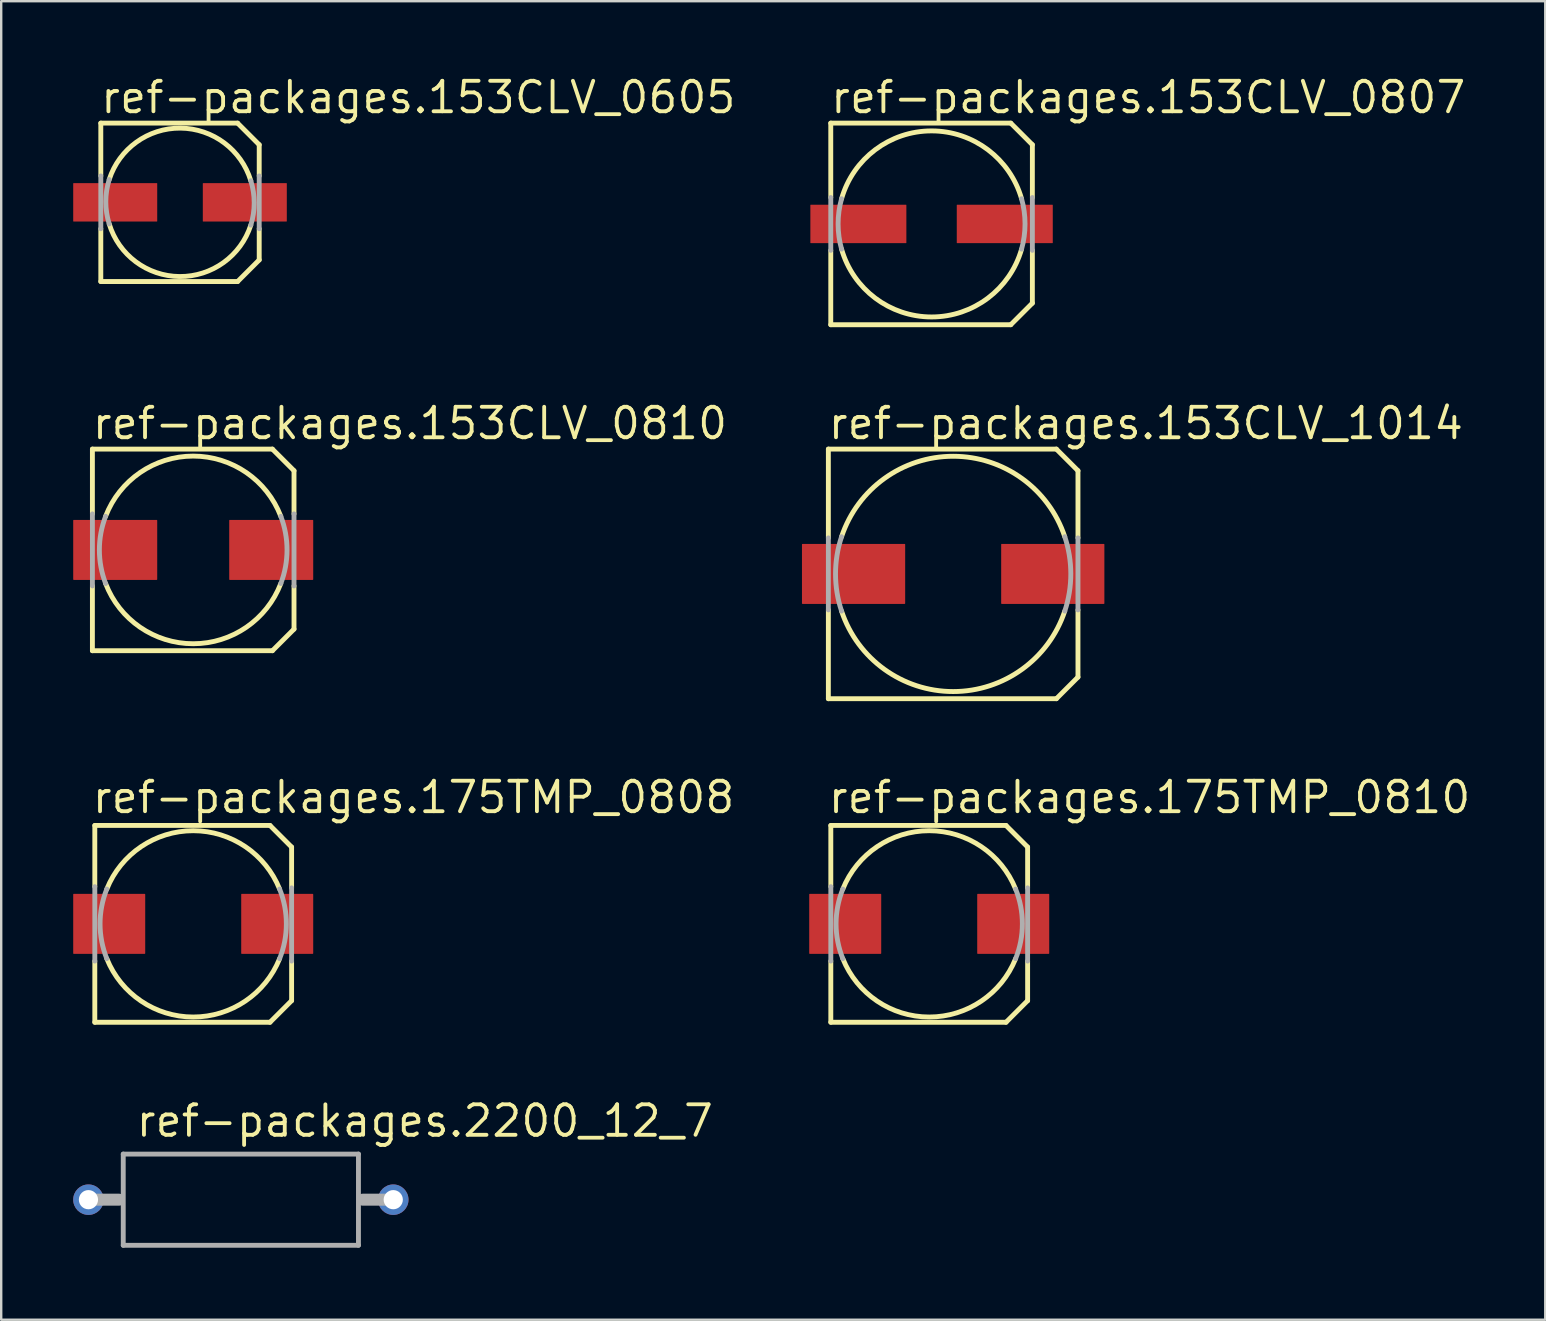
<source format=kicad_pcb>
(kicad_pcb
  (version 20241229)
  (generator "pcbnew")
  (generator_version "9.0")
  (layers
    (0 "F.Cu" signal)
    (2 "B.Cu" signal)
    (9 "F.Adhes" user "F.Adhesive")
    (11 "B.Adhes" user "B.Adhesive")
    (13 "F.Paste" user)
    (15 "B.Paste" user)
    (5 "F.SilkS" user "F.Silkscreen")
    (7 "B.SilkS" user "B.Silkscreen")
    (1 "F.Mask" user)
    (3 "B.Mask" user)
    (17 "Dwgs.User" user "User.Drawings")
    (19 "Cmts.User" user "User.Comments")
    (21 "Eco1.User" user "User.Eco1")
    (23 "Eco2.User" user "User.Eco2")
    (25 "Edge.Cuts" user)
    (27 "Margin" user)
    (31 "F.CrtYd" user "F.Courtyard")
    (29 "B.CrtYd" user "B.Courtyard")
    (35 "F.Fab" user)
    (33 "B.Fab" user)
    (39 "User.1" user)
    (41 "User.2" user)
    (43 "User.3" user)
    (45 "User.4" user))
  (footprint "ref-packages.153CLV_0605"
    (layer "F.Cu")
    (at 4.45 5.38)
    (property "Reference" "ref-packages.153CLV_0605" (at -3.39 -3.63 0) (layer "F.SilkS") (effects (font (size 1.27 1.27) (thickness 0.16)) (justify left bottom)))
    (attr smd)
    (fp_line (start -3.3 -3.3) (end 2.4 -3.3) (stroke (width 0.203) (type default)) (layer "F.SilkS"))
    (fp_line (start -3.3 -1.1) (end -3.3 -3.3) (stroke (width 0.203) (type default)) (layer "F.SilkS"))
    (fp_line (start -3.3 3.3) (end -3.3 1.1) (stroke (width 0.203) (type default)) (layer "F.SilkS"))
    (fp_line (start 2.4 -3.3) (end 3.3 -2.4) (stroke (width 0.203) (type default)) (layer "F.SilkS"))
    (fp_line (start 2.4 3.3) (end -3.3 3.3) (stroke (width 0.203) (type default)) (layer "F.SilkS"))
    (fp_line (start 3.3 -2.4) (end 3.3 -1.1) (stroke (width 0.203) (type default)) (layer "F.SilkS"))
    (fp_line (start 3.3 1.1) (end 3.3 2.4) (stroke (width 0.203) (type default)) (layer "F.SilkS"))
    (fp_line (start 3.3 2.4) (end 2.4 3.3) (stroke (width 0.203) (type default)) (layer "F.SilkS"))
    (fp_arc (start -2.95 -0.95) (mid 0.018361 -3.091622) (end 2.95 -0.9) (stroke (width 0.2032) (type default)) (layer "F.SilkS"))
    (fp_arc (start 2.95 0.95) (mid -0.018361 3.091622) (end -2.95 0.9) (stroke (width 0.2032) (type default)) (layer "F.SilkS"))
    (fp_line (start -3.3 1.1) (end -3.3 -1.1) (stroke (width 0.203) (type default)) (layer "F.Fab"))
    (fp_line (start 3.3 -1.1) (end 3.3 1.1) (stroke (width 0.203) (type default)) (layer "F.Fab"))
    (fp_arc (start -2.95 0.9) (mid -3.091622 -0.025) (end -2.95 -0.95) (stroke (width 0.2032) (type default)) (layer "F.Fab"))
    (fp_arc (start 2.95 -0.9) (mid 3.091622 0.025) (end 2.95 0.95) (stroke (width 0.2032) (type default)) (layer "F.Fab"))
    (pad "+" smd roundrect (at 2.7 0) (size 3.5 1.6) (layers "F.Cu" "F.Mask" "F.Paste") (roundrect_rratio 0.01))
    (pad "-" smd roundrect (at -2.7 0) (size 3.5 1.6) (layers "F.Cu" "F.Mask" "F.Paste") (roundrect_rratio 0.01)))
  (footprint "ref-packages.175TMP_0810"
    (layer "F.Cu")
    (at 35.666 35.443)
    (property "Reference" "ref-packages.175TMP_0810" (at -4.29 -4.53 0) (layer "F.SilkS") (effects (font (size 1.27 1.27) (thickness 0.16)) (justify left bottom)))
    (attr smd)
    (fp_line (start -4.1 -4.1) (end 3.2 -4.1) (stroke (width 0.203) (type default)) (layer "F.SilkS"))
    (fp_line (start -4.1 -1.55) (end -4.1 -4.1) (stroke (width 0.203) (type default)) (layer "F.SilkS"))
    (fp_line (start -4.1 4.1) (end -4.1 1.55) (stroke (width 0.203) (type default)) (layer "F.SilkS"))
    (fp_line (start 3.2 -4.1) (end 4.1 -3.2) (stroke (width 0.203) (type default)) (layer "F.SilkS"))
    (fp_line (start 3.2 4.1) (end -4.1 4.1) (stroke (width 0.203) (type default)) (layer "F.SilkS"))
    (fp_line (start 4.1 -3.2) (end 4.1 -1.5) (stroke (width 0.203) (type default)) (layer "F.SilkS"))
    (fp_line (start 4.1 1.55) (end 4.1 3.2) (stroke (width 0.203) (type default)) (layer "F.SilkS"))
    (fp_line (start 4.1 3.2) (end 3.2 4.1) (stroke (width 0.203) (type default)) (layer "F.SilkS"))
    (fp_arc (start -3.6 -1.45) (mid 0 -3.881044) (end 3.6 -1.45) (stroke (width 0.2032) (type default)) (layer "F.SilkS"))
    (fp_arc (start 3.6 1.45) (mid 0 3.881044) (end -3.6 1.45) (stroke (width 0.2032) (type default)) (layer "F.SilkS"))
    (fp_line (start -4.1 1.55) (end -4.1 -1.55) (stroke (width 0.203) (type default)) (layer "F.Fab"))
    (fp_line (start 4.1 -1.5) (end 4.1 1.55) (stroke (width 0.203) (type default)) (layer "F.Fab"))
    (fp_arc (start -3.6 1.45) (mid -3.881044 0) (end -3.6 -1.45) (stroke (width 0.2032) (type default)) (layer "F.Fab"))
    (fp_arc (start 3.6 -1.45) (mid 3.881044 0) (end 3.6 1.45) (stroke (width 0.2032) (type default)) (layer "F.Fab"))
    (pad "+" smd roundrect (at 3.5 0) (size 3 2.5) (layers "F.Cu" "F.Mask" "F.Paste") (roundrect_rratio 0.01))
    (pad "-" smd roundrect (at -3.5 0) (size 3 2.5) (layers "F.Cu" "F.Mask" "F.Paste") (roundrect_rratio 0.01)))
  (footprint "ref-packages.175TMP_0808"
    (layer "F.Cu")
    (at 5 35.443)
    (property "Reference" "ref-packages.175TMP_0808" (at -4.29 -4.53 0) (layer "F.SilkS") (effects (font (size 1.27 1.27) (thickness 0.16)) (justify left bottom)))
    (attr smd)
    (fp_line (start -4.1 -4.1) (end 3.2 -4.1) (stroke (width 0.203) (type default)) (layer "F.SilkS"))
    (fp_line (start -4.1 -1.55) (end -4.1 -4.1) (stroke (width 0.203) (type default)) (layer "F.SilkS"))
    (fp_line (start -4.1 4.1) (end -4.1 1.55) (stroke (width 0.203) (type default)) (layer "F.SilkS"))
    (fp_line (start 3.2 -4.1) (end 4.1 -3.2) (stroke (width 0.203) (type default)) (layer "F.SilkS"))
    (fp_line (start 3.2 4.1) (end -4.1 4.1) (stroke (width 0.203) (type default)) (layer "F.SilkS"))
    (fp_line (start 4.1 -3.2) (end 4.1 -1.5) (stroke (width 0.203) (type default)) (layer "F.SilkS"))
    (fp_line (start 4.1 1.55) (end 4.1 3.2) (stroke (width 0.203) (type default)) (layer "F.SilkS"))
    (fp_line (start 4.1 3.2) (end 3.2 4.1) (stroke (width 0.203) (type default)) (layer "F.SilkS"))
    (fp_arc (start -3.6 -1.45) (mid 0 -3.881044) (end 3.6 -1.45) (stroke (width 0.2032) (type default)) (layer "F.SilkS"))
    (fp_arc (start 3.6 1.45) (mid 0 3.881044) (end -3.6 1.45) (stroke (width 0.2032) (type default)) (layer "F.SilkS"))
    (fp_line (start -4.1 1.55) (end -4.1 -1.55) (stroke (width 0.203) (type default)) (layer "F.Fab"))
    (fp_line (start 4.1 -1.5) (end 4.1 1.55) (stroke (width 0.203) (type default)) (layer "F.Fab"))
    (fp_arc (start -3.6 1.45) (mid -3.881044 0) (end -3.6 -1.45) (stroke (width 0.2032) (type default)) (layer "F.Fab"))
    (fp_arc (start 3.6 -1.45) (mid 3.881044 0) (end 3.6 1.45) (stroke (width 0.2032) (type default)) (layer "F.Fab"))
    (pad "+" smd roundrect (at 3.5 0) (size 3 2.5) (layers "F.Cu" "F.Mask" "F.Paste") (roundrect_rratio 0.01))
    (pad "-" smd roundrect (at -3.5 0) (size 3 2.5) (layers "F.Cu" "F.Mask" "F.Paste") (roundrect_rratio 0.01)))
  (footprint "ref-packages.153CLV_1014"
    (layer "F.Cu")
    (at 36.664 20.862)
    (property "Reference" "ref-packages.153CLV_1014" (at -5.29 -5.53 0) (layer "F.SilkS") (effects (font (size 1.27 1.27) (thickness 0.16)) (justify left bottom)))
    (attr smd)
    (fp_line (start -5.2 -5.2) (end 4.3 -5.2) (stroke (width 0.203) (type default)) (layer "F.SilkS"))
    (fp_line (start -5.2 -1.5) (end -5.2 -5.2) (stroke (width 0.203) (type default)) (layer "F.SilkS"))
    (fp_line (start -5.2 5.2) (end -5.2 1.5) (stroke (width 0.203) (type default)) (layer "F.SilkS"))
    (fp_line (start 4.3 -5.2) (end 5.2 -4.3) (stroke (width 0.203) (type default)) (layer "F.SilkS"))
    (fp_line (start 4.3 5.2) (end -5.2 5.2) (stroke (width 0.203) (type default)) (layer "F.SilkS"))
    (fp_line (start 5.2 -4.3) (end 5.2 -1.5) (stroke (width 0.203) (type default)) (layer "F.SilkS"))
    (fp_line (start 5.2 1.5) (end 5.2 4.3) (stroke (width 0.203) (type default)) (layer "F.SilkS"))
    (fp_line (start 5.2 4.3) (end 4.3 5.2) (stroke (width 0.203) (type default)) (layer "F.SilkS"))
    (fp_arc (start -4.65 -1.55) (mid 0 -4.90153) (end 4.65 -1.55) (stroke (width 0.2032) (type default)) (layer "F.SilkS"))
    (fp_arc (start 4.65 1.55) (mid 0 4.90153) (end -4.65 1.55) (stroke (width 0.2032) (type default)) (layer "F.SilkS"))
    (fp_line (start -5.2 1.5) (end -5.2 -1.5) (stroke (width 0.203) (type default)) (layer "F.Fab"))
    (fp_line (start 5.2 -1.5) (end 5.2 1.5) (stroke (width 0.203) (type default)) (layer "F.Fab"))
    (fp_arc (start -4.65 1.55) (mid -4.90153 0) (end -4.65 -1.55) (stroke (width 0.2032) (type default)) (layer "F.Fab"))
    (fp_arc (start 4.65 -1.55) (mid 4.90153 0) (end 4.65 1.55) (stroke (width 0.2032) (type default)) (layer "F.Fab"))
    (pad "+" smd roundrect (at 4.15 0) (size 4.3 2.5) (layers "F.Cu" "F.Mask" "F.Paste") (roundrect_rratio 0.01))
    (pad "-" smd roundrect (at -4.15 0) (size 4.3 2.5) (layers "F.Cu" "F.Mask" "F.Paste") (roundrect_rratio 0.01)))
  (footprint "ref-packages.2200_12_7"
    (layer "F.Cu")
    (at 6.985 46.935)
    (property "Reference" "ref-packages.2200_12_7" (at -4.445 -2.54 0) (layer "F.SilkS") (effects (font (size 1.27 1.27) (thickness 0.16)) (justify left bottom)))
    (attr through_hole)
    (fp_line (start -6.35 0) (end -5.08 0) (stroke (width 0.5) (type default)) (layer "F.Fab"))
    (fp_line (start -4.9 -1.9) (end 4.9 -1.9) (stroke (width 0.203) (type default)) (layer "F.Fab"))
    (fp_line (start -4.9 1.9) (end -4.9 -1.9) (stroke (width 0.203) (type default)) (layer "F.Fab"))
    (fp_line (start 4.9 -1.9) (end 4.9 1.9) (stroke (width 0.203) (type default)) (layer "F.Fab"))
    (fp_line (start 4.9 1.9) (end -4.9 1.9) (stroke (width 0.203) (type default)) (layer "F.Fab"))
    (fp_line (start 6.35 0) (end 5.08 0) (stroke (width 0.5) (type default)) (layer "F.Fab"))
    (pad "1" thru_hole circle (at -6.35 0) (size 1.27 1.27) (drill 0.8) (layers "*.Cu" "*.Mask"))
    (pad "2" thru_hole circle (at 6.35 0) (size 1.27 1.27) (drill 0.8) (layers "*.Cu" "*.Mask")))
  (footprint "ref-packages.153CLV_0810"
    (layer "F.Cu")
    (at 5 19.862)
    (property "Reference" "ref-packages.153CLV_0810" (at -4.29 -4.53 0) (layer "F.SilkS") (effects (font (size 1.27 1.27) (thickness 0.16)) (justify left bottom)))
    (attr smd)
    (fp_line (start -4.2 -4.2) (end 3.3 -4.2) (stroke (width 0.203) (type default)) (layer "F.SilkS"))
    (fp_line (start -4.2 -1.5) (end -4.2 -4.2) (stroke (width 0.203) (type default)) (layer "F.SilkS"))
    (fp_line (start -4.2 4.2) (end -4.2 1.5) (stroke (width 0.203) (type default)) (layer "F.SilkS"))
    (fp_line (start 3.3 -4.2) (end 4.2 -3.3) (stroke (width 0.203) (type default)) (layer "F.SilkS"))
    (fp_line (start 3.3 4.2) (end -4.2 4.2) (stroke (width 0.203) (type default)) (layer "F.SilkS"))
    (fp_line (start 4.2 -3.3) (end 4.2 -1.5) (stroke (width 0.203) (type default)) (layer "F.SilkS"))
    (fp_line (start 4.2 1.5) (end 4.2 3.3) (stroke (width 0.203) (type default)) (layer "F.SilkS"))
    (fp_line (start 4.2 3.3) (end 3.3 4.2) (stroke (width 0.203) (type default)) (layer "F.SilkS"))
    (fp_arc (start -3.65 -1.4) (mid 0 -3.909284) (end 3.65 -1.4) (stroke (width 0.2032) (type default)) (layer "F.SilkS"))
    (fp_arc (start 3.65 1.4) (mid 0 3.909284) (end -3.65 1.4) (stroke (width 0.2032) (type default)) (layer "F.SilkS"))
    (fp_line (start -4.2 1.5) (end -4.2 -1.5) (stroke (width 0.203) (type default)) (layer "F.Fab"))
    (fp_line (start 4.2 -1.5) (end 4.2 1.5) (stroke (width 0.203) (type default)) (layer "F.Fab"))
    (fp_arc (start -3.65 1.4) (mid -3.909284 0) (end -3.65 -1.4) (stroke (width 0.2032) (type default)) (layer "F.Fab"))
    (fp_arc (start 3.65 -1.4) (mid 3.909284 0) (end 3.65 1.4) (stroke (width 0.2032) (type default)) (layer "F.Fab"))
    (pad "+" smd roundrect (at 3.25 0) (size 3.5 2.5) (layers "F.Cu" "F.Mask" "F.Paste") (roundrect_rratio 0.01))
    (pad "-" smd roundrect (at -3.25 0) (size 3.5 2.5) (layers "F.Cu" "F.Mask" "F.Paste") (roundrect_rratio 0.01)))
  (footprint "ref-packages.153CLV_0807"
    (layer "F.Cu")
    (at 35.764 6.28)
    (property "Reference" "ref-packages.153CLV_0807" (at -4.29 -4.53 0) (layer "F.SilkS") (effects (font (size 1.27 1.27) (thickness 0.16)) (justify left bottom)))
    (attr smd)
    (fp_line (start -4.2 -4.2) (end 3.3 -4.2) (stroke (width 0.203) (type default)) (layer "F.SilkS"))
    (fp_line (start -4.2 -1.1) (end -4.2 -4.2) (stroke (width 0.203) (type default)) (layer "F.SilkS"))
    (fp_line (start -4.2 4.2) (end -4.2 1.1) (stroke (width 0.203) (type default)) (layer "F.SilkS"))
    (fp_line (start 3.3 -4.2) (end 4.2 -3.3) (stroke (width 0.203) (type default)) (layer "F.SilkS"))
    (fp_line (start 3.3 4.2) (end -4.2 4.2) (stroke (width 0.203) (type default)) (layer "F.SilkS"))
    (fp_line (start 4.2 -3.3) (end 4.2 -1.1) (stroke (width 0.203) (type default)) (layer "F.SilkS"))
    (fp_line (start 4.2 1.1) (end 4.2 3.3) (stroke (width 0.203) (type default)) (layer "F.SilkS"))
    (fp_line (start 4.2 3.3) (end 3.3 4.2) (stroke (width 0.203) (type default)) (layer "F.SilkS"))
    (fp_arc (start -3.75 -1.05) (mid 0 -3.876042) (end 3.75 -1.05) (stroke (width 0.2032) (type default)) (layer "F.SilkS"))
    (fp_arc (start 3.75 1.05) (mid 0 3.876042) (end -3.75 1.05) (stroke (width 0.2032) (type default)) (layer "F.SilkS"))
    (fp_line (start -4.2 1.1) (end -4.2 -1.1) (stroke (width 0.203) (type default)) (layer "F.Fab"))
    (fp_line (start 4.2 -1.1) (end 4.2 1.1) (stroke (width 0.203) (type default)) (layer "F.Fab"))
    (fp_arc (start -3.75 1.05) (mid -3.894226 0) (end -3.75 -1.05) (stroke (width 0.2032) (type default)) (layer "F.Fab"))
    (fp_arc (start 3.75 -1.05) (mid 3.894226 0) (end 3.75 1.05) (stroke (width 0.2032) (type default)) (layer "F.Fab"))
    (pad "+" smd roundrect (at 3.05 0) (size 4 1.6) (layers "F.Cu" "F.Mask" "F.Paste") (roundrect_rratio 0.01))
    (pad "-" smd roundrect (at -3.05 0) (size 4 1.6) (layers "F.Cu" "F.Mask" "F.Paste") (roundrect_rratio 0.01)))
  (gr_rect
    (start -3 -3)
    (end 61.333 51.936)
    (stroke (width 0.1) (type default))
    (fill no)
    (layer "Edge.Cuts")))
</source>
